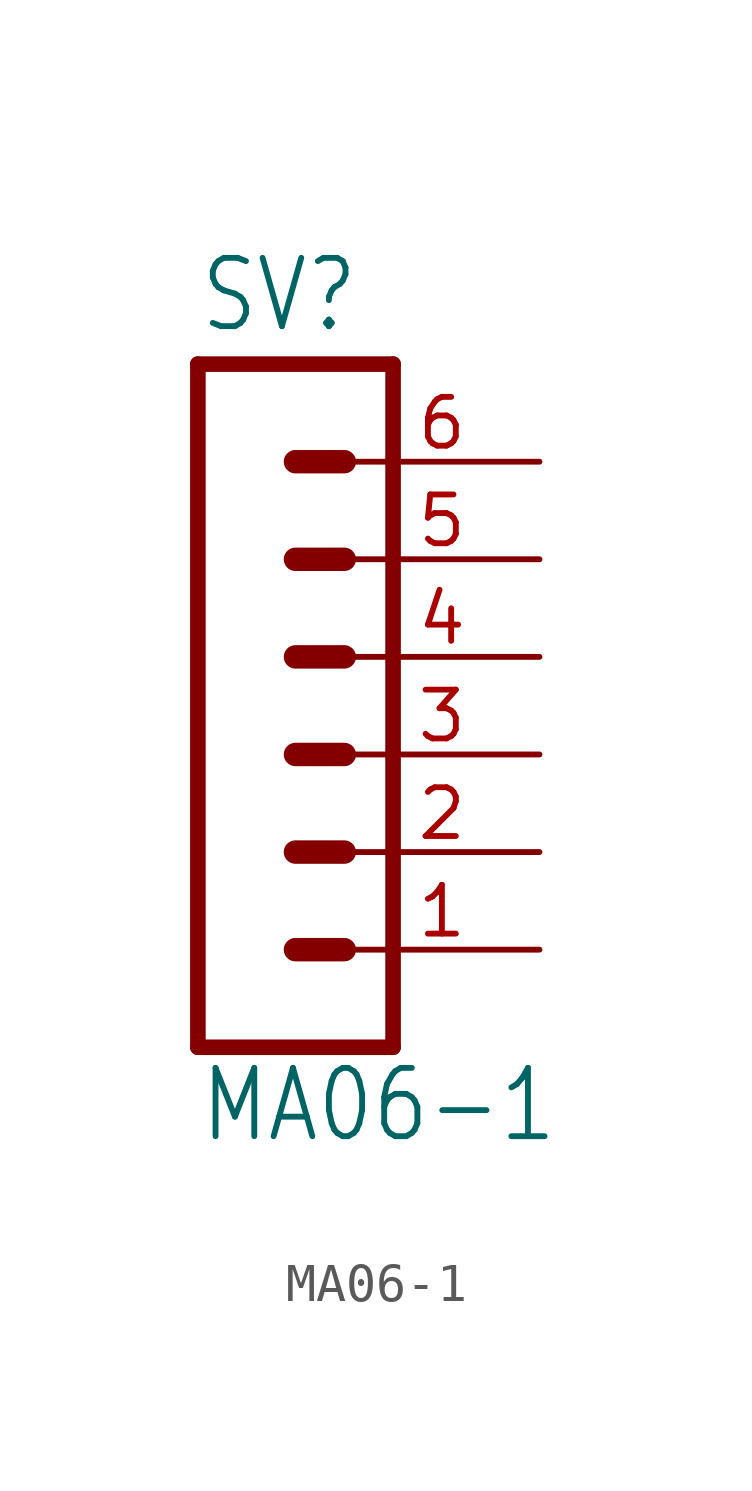
<source format=kicad_sym>
(kicad_symbol_lib
  (version 20211014)
  (generator kicad_symbol_editor)
  (symbol "MA06-1"
    (property "Reference" "SV"
      (at -1.27 8.382 0)
      (effects (font (size 1.778 1.511)) (justify left bottom)))
    (property "Value" "MA06-1"
      (at -1.27 -12.7 0)
      (effects (font (size 1.778 1.511)) (justify left bottom)))
    (property "ki_locked" ""
      (at 0 0 0)
      (effects (font (size 1.27 1.27))))
    (symbol "MA06-1_1_0"
      (polyline (pts (xy -1.27 7.62) (xy -1.27 -10.16)) (stroke (width 0.406) (type default) (color 0 0 0 0)) (fill (type none)))
      (polyline (pts (xy -1.27 7.62) (xy 3.81 7.62)) (stroke (width 0.406) (type default) (color 0 0 0 0)) (fill (type none)))
      (polyline (pts (xy 1.27 -7.62) (xy 2.54 -7.62)) (stroke (width 0.61) (type default) (color 0 0 0 0)) (fill (type none)))
      (polyline (pts (xy 1.27 -5.08) (xy 2.54 -5.08)) (stroke (width 0.61) (type default) (color 0 0 0 0)) (fill (type none)))
      (polyline (pts (xy 1.27 -2.54) (xy 2.54 -2.54)) (stroke (width 0.61) (type default) (color 0 0 0 0)) (fill (type none)))
      (polyline (pts (xy 1.27 0) (xy 2.54 0)) (stroke (width 0.61) (type default) (color 0 0 0 0)) (fill (type none)))
      (polyline (pts (xy 1.27 2.54) (xy 2.54 2.54)) (stroke (width 0.61) (type default) (color 0 0 0 0)) (fill (type none)))
      (polyline (pts (xy 1.27 5.08) (xy 2.54 5.08)) (stroke (width 0.61) (type default) (color 0 0 0 0)) (fill (type none)))
      (polyline (pts (xy 3.81 -10.16) (xy -1.27 -10.16)) (stroke (width 0.406) (type default) (color 0 0 0 0)) (fill (type none)))
      (polyline (pts (xy 3.81 -10.16) (xy 3.81 7.62)) (stroke (width 0.406) (type default) (color 0 0 0 0)) (fill (type none)))
      (pin passive line (at 7.62 -7.62 180) (length 5.08) (name "1" (effects (font (size 0 0)))) (number "1" (effects (font (size 1.27 1.27)))))
      (pin passive line (at 7.62 -5.08 180) (length 5.08) (name "2" (effects (font (size 0 0)))) (number "2" (effects (font (size 1.27 1.27)))))
      (pin passive line (at 7.62 -2.54 180) (length 5.08) (name "3" (effects (font (size 0 0)))) (number "3" (effects (font (size 1.27 1.27)))))
      (pin passive line (at 7.62 0 180) (length 5.08) (name "4" (effects (font (size 0 0)))) (number "4" (effects (font (size 1.27 1.27)))))
      (pin passive line (at 7.62 2.54 180) (length 5.08) (name "5" (effects (font (size 0 0)))) (number "5" (effects (font (size 1.27 1.27)))))
      (pin passive line (at 7.62 5.08 180) (length 5.08) (name "6" (effects (font (size 0 0)))) (number "6" (effects (font (size 1.27 1.27))))))))
</source>
